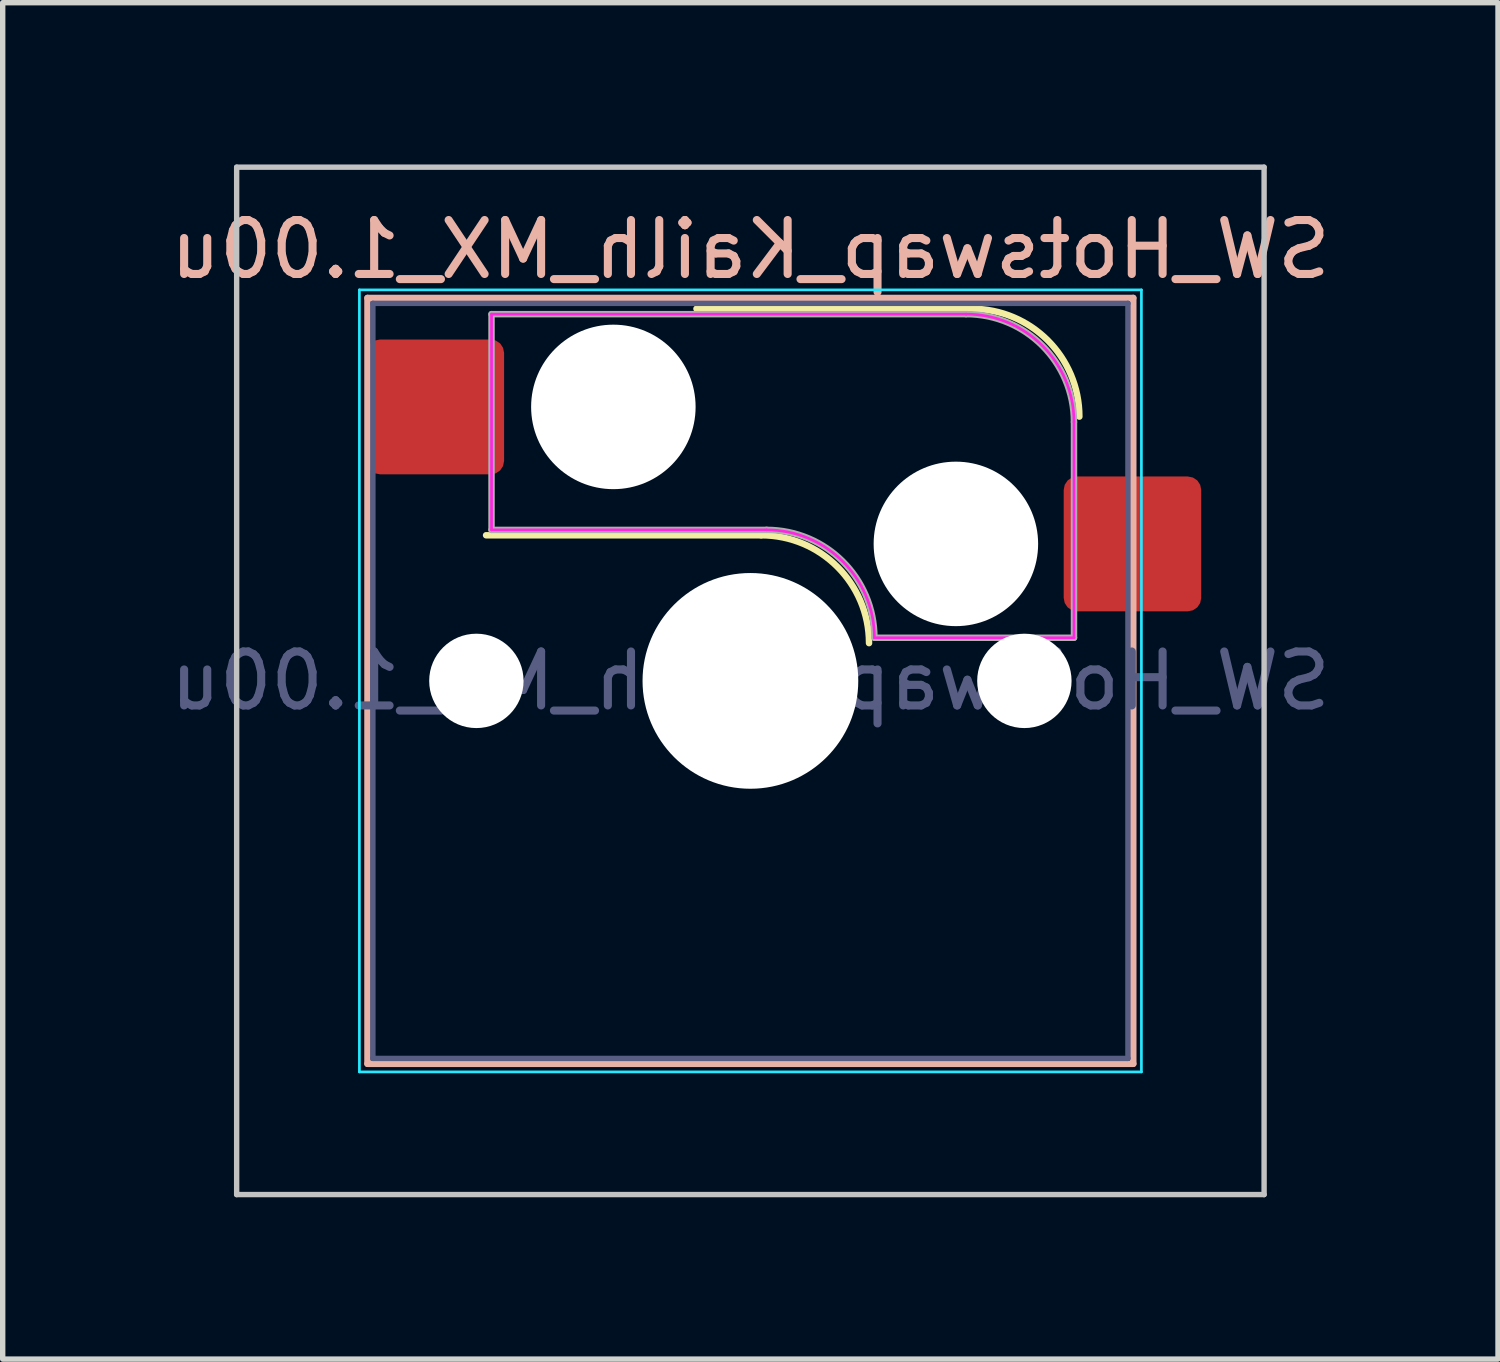
<source format=kicad_pcb>
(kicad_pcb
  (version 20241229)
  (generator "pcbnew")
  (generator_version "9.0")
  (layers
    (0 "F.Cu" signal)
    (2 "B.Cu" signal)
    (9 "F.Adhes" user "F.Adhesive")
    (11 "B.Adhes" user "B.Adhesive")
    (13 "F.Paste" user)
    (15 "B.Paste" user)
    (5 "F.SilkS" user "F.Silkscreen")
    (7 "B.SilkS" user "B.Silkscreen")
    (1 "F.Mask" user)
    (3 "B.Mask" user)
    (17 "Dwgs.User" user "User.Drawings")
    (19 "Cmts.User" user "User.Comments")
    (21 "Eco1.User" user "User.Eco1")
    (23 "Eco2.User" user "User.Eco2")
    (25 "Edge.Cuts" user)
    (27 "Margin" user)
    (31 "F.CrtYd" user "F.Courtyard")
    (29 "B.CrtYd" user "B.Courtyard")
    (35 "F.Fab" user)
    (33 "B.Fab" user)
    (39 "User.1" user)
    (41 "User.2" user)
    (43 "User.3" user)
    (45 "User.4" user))
  (footprint "SW_Hotswap_Kailh_MX_1.00u"
    (layer "F.Cu")
    (at 11.426 4.8)
    (property "Reference" "SW_Hotswap_Kailh_MX_1.00u" (at -0.562 -3.225 0) (layer "B.SilkS") (effects (font (size 1 1) (thickness 0.15)) (justify mirror)))
    (attr smd)
    (fp_line (start -0.362 2.075) (end -5.463 2.075) (stroke (width 0.12) (type solid)) (layer "F.SilkS"))
    (fp_line (start 3.538 -2.125) (end -1.562 -2.125) (stroke (width 0.12) (type solid)) (layer "F.SilkS"))
    (fp_arc (start -0.3625 2.075) (mid 1.051714 2.660786) (end 1.6375 4.075) (stroke (width 0.12) (type solid)) (layer "F.SilkS"))
    (fp_arc (start 3.5375 -2.125) (mid 4.951714 -1.539214) (end 5.5375 -0.125) (stroke (width 0.12) (type solid)) (layer "F.SilkS"))
    (fp_line (start -7.662 -2.325) (end 6.537 -2.325) (stroke (width 0.12) (type solid)) (layer "B.SilkS"))
    (fp_line (start -7.662 11.875) (end -7.662 -2.325) (stroke (width 0.12) (type solid)) (layer "B.SilkS"))
    (fp_line (start 6.537 -2.325) (end 6.537 11.875) (stroke (width 0.12) (type solid)) (layer "B.SilkS"))
    (fp_line (start 6.537 11.875) (end -7.662 11.875) (stroke (width 0.12) (type solid)) (layer "B.SilkS"))
    (fp_line (start -10.088 -4.75) (end 8.963 -4.75) (stroke (width 0.1) (type solid)) (layer "Dwgs.User"))
    (fp_line (start -10.088 14.3) (end -10.088 -4.75) (stroke (width 0.1) (type solid)) (layer "Dwgs.User"))
    (fp_line (start 8.963 -4.75) (end 8.963 14.3) (stroke (width 0.1) (type solid)) (layer "Dwgs.User"))
    (fp_line (start 8.963 14.3) (end -10.088 14.3) (stroke (width 0.1) (type solid)) (layer "Dwgs.User"))
    (fp_line (start -8.363 -1.225) (end -8.363 1.875) (stroke (width 0.1) (type solid)) (layer "Eco1.User"))
    (fp_line (start -8.363 1.875) (end -7.562 1.875) (stroke (width 0.1) (type solid)) (layer "Eco1.User"))
    (fp_line (start -8.363 7.675) (end -8.363 10.775) (stroke (width 0.1) (type solid)) (layer "Eco1.User"))
    (fp_line (start -8.363 10.775) (end -7.562 10.775) (stroke (width 0.1) (type solid)) (layer "Eco1.User"))
    (fp_line (start -7.562 -2.225) (end -7.562 -1.225) (stroke (width 0.1) (type solid)) (layer "Eco1.User"))
    (fp_line (start -7.562 -1.225) (end -8.363 -1.225) (stroke (width 0.1) (type solid)) (layer "Eco1.User"))
    (fp_line (start -7.562 1.875) (end -7.562 7.675) (stroke (width 0.1) (type solid)) (layer "Eco1.User"))
    (fp_line (start -7.562 7.675) (end -8.363 7.675) (stroke (width 0.1) (type solid)) (layer "Eco1.User"))
    (fp_line (start -7.562 10.775) (end -7.562 11.775) (stroke (width 0.1) (type solid)) (layer "Eco1.User"))
    (fp_line (start -7.562 11.775) (end 6.438 11.775) (stroke (width 0.1) (type solid)) (layer "Eco1.User"))
    (fp_line (start 6.438 -2.225) (end -7.562 -2.225) (stroke (width 0.1) (type solid)) (layer "Eco1.User"))
    (fp_line (start 6.438 -1.225) (end 6.438 -2.225) (stroke (width 0.1) (type solid)) (layer "Eco1.User"))
    (fp_line (start 6.438 1.875) (end 7.237 1.875) (stroke (width 0.1) (type solid)) (layer "Eco1.User"))
    (fp_line (start 6.438 7.675) (end 6.438 1.875) (stroke (width 0.1) (type solid)) (layer "Eco1.User"))
    (fp_line (start 6.438 10.775) (end 7.237 10.775) (stroke (width 0.1) (type solid)) (layer "Eco1.User"))
    (fp_line (start 6.438 11.775) (end 6.438 10.775) (stroke (width 0.1) (type solid)) (layer "Eco1.User"))
    (fp_line (start 7.237 -1.225) (end 6.438 -1.225) (stroke (width 0.1) (type solid)) (layer "Eco1.User"))
    (fp_line (start 7.237 1.875) (end 7.237 -1.225) (stroke (width 0.1) (type solid)) (layer "Eco1.User"))
    (fp_line (start 7.237 7.675) (end 6.438 7.675) (stroke (width 0.1) (type solid)) (layer "Eco1.User"))
    (fp_line (start 7.237 10.775) (end 7.237 7.675) (stroke (width 0.1) (type solid)) (layer "Eco1.User"))
    (fp_line (start -7.812 -2.475) (end 6.688 -2.475) (stroke (width 0.05) (type solid)) (layer "B.CrtYd"))
    (fp_line (start -7.812 12.025) (end -7.812 -2.475) (stroke (width 0.05) (type solid)) (layer "B.CrtYd"))
    (fp_line (start 6.688 -2.475) (end 6.688 12.025) (stroke (width 0.05) (type solid)) (layer "B.CrtYd"))
    (fp_line (start 6.688 12.025) (end -7.812 12.025) (stroke (width 0.05) (type solid)) (layer "B.CrtYd"))
    (fp_line (start -5.362 -2.025) (end -5.362 1.975) (stroke (width 0.05) (type solid)) (layer "F.CrtYd"))
    (fp_line (start -0.263 1.975) (end -5.362 1.975) (stroke (width 0.05) (type solid)) (layer "F.CrtYd"))
    (fp_line (start 3.438 -2.025) (end -5.362 -2.025) (stroke (width 0.05) (type solid)) (layer "F.CrtYd"))
    (fp_line (start 5.438 3.975) (end 1.738 3.975) (stroke (width 0.05) (type solid)) (layer "F.CrtYd"))
    (fp_line (start 5.438 3.975) (end 5.438 -0.025) (stroke (width 0.05) (type solid)) (layer "F.CrtYd"))
    (fp_arc (start -0.2625 1.975) (mid 1.151714 2.560786) (end 1.7375 3.975) (stroke (width 0.05) (type solid)) (layer "F.CrtYd"))
    (fp_arc (start 3.4375 -2.025) (mid 4.851714 -1.439214) (end 5.4375 -0.025) (stroke (width 0.05) (type solid)) (layer "F.CrtYd"))
    (fp_line (start -7.562 -2.225) (end 6.438 -2.225) (stroke (width 0.1) (type solid)) (layer "B.Fab"))
    (fp_line (start -7.562 11.775) (end -7.562 -2.225) (stroke (width 0.1) (type solid)) (layer "B.Fab"))
    (fp_line (start 6.438 -2.225) (end 6.438 11.775) (stroke (width 0.1) (type solid)) (layer "B.Fab"))
    (fp_line (start 6.438 11.775) (end -7.562 11.775) (stroke (width 0.1) (type solid)) (layer "B.Fab"))
    (fp_line (start -5.362 -2.025) (end -5.362 1.975) (stroke (width 0.12) (type solid)) (layer "F.Fab"))
    (fp_line (start -0.263 1.975) (end -5.362 1.975) (stroke (width 0.12) (type solid)) (layer "F.Fab"))
    (fp_line (start 3.438 -2.025) (end -5.362 -2.025) (stroke (width 0.12) (type solid)) (layer "F.Fab"))
    (fp_line (start 5.438 3.975) (end 1.738 3.975) (stroke (width 0.12) (type solid)) (layer "F.Fab"))
    (fp_line (start 5.438 3.975) (end 5.438 -0.025) (stroke (width 0.12) (type solid)) (layer "F.Fab"))
    (fp_arc (start -0.2625 1.975) (mid 1.151714 2.560786) (end 1.7375 3.975) (stroke (width 0.12) (type solid)) (layer "F.Fab"))
    (fp_arc (start 3.4375 -2.025) (mid 4.851714 -1.439214) (end 5.4375 -0.025) (stroke (width 0.12) (type solid)) (layer "F.Fab"))
    (fp_line (start -5.463 -2.075) (end 5.463 -2.075) (stroke (width 0.12) (type default)) (layer "User.1"))
    (fp_text user "${REFERENCE}" (at -0.562 4.775 0) (layer "B.Fab") (effects (font (size 1 1) (thickness 0.15)) (justify mirror)))
    (pad "" np_thru_hole circle (at -5.643 4.775) (size 1.75 1.75) (drill 1.75) (layers "*.Cu" "*.Mask"))
    (pad "" np_thru_hole circle (at -3.103 -0.305) (size 3.05 3.05) (drill 3.05) (layers "*.Cu" "*.Mask"))
    (pad "" np_thru_hole circle (at -0.562 4.775) (size 4 4) (drill 4) (layers "*.Cu" "*.Mask"))
    (pad "" np_thru_hole circle (at 3.248 2.235) (size 3.05 3.05) (drill 3.05) (layers "*.Cu" "*.Mask"))
    (pad "" np_thru_hole circle (at 4.518 4.775) (size 1.75 1.75) (drill 1.75) (layers "*.Cu" "*.Mask"))
    (pad "1" smd roundrect (at 6.522 2.235) (size 2.55 2.5) (layers "F.Cu" "F.Mask" "F.Paste") (roundrect_rratio 0.1))
    (pad "2" smd roundrect (at -6.404 -0.305) (size 2.55 2.5) (layers "F.Cu" "F.Mask" "F.Paste") (roundrect_rratio 0.1)))
  (gr_rect
    (start -3 -3)
    (end 24.726 22.15)
    (stroke (width 0.1) (type default))
    (fill no)
    (layer "Edge.Cuts")))
</source>
